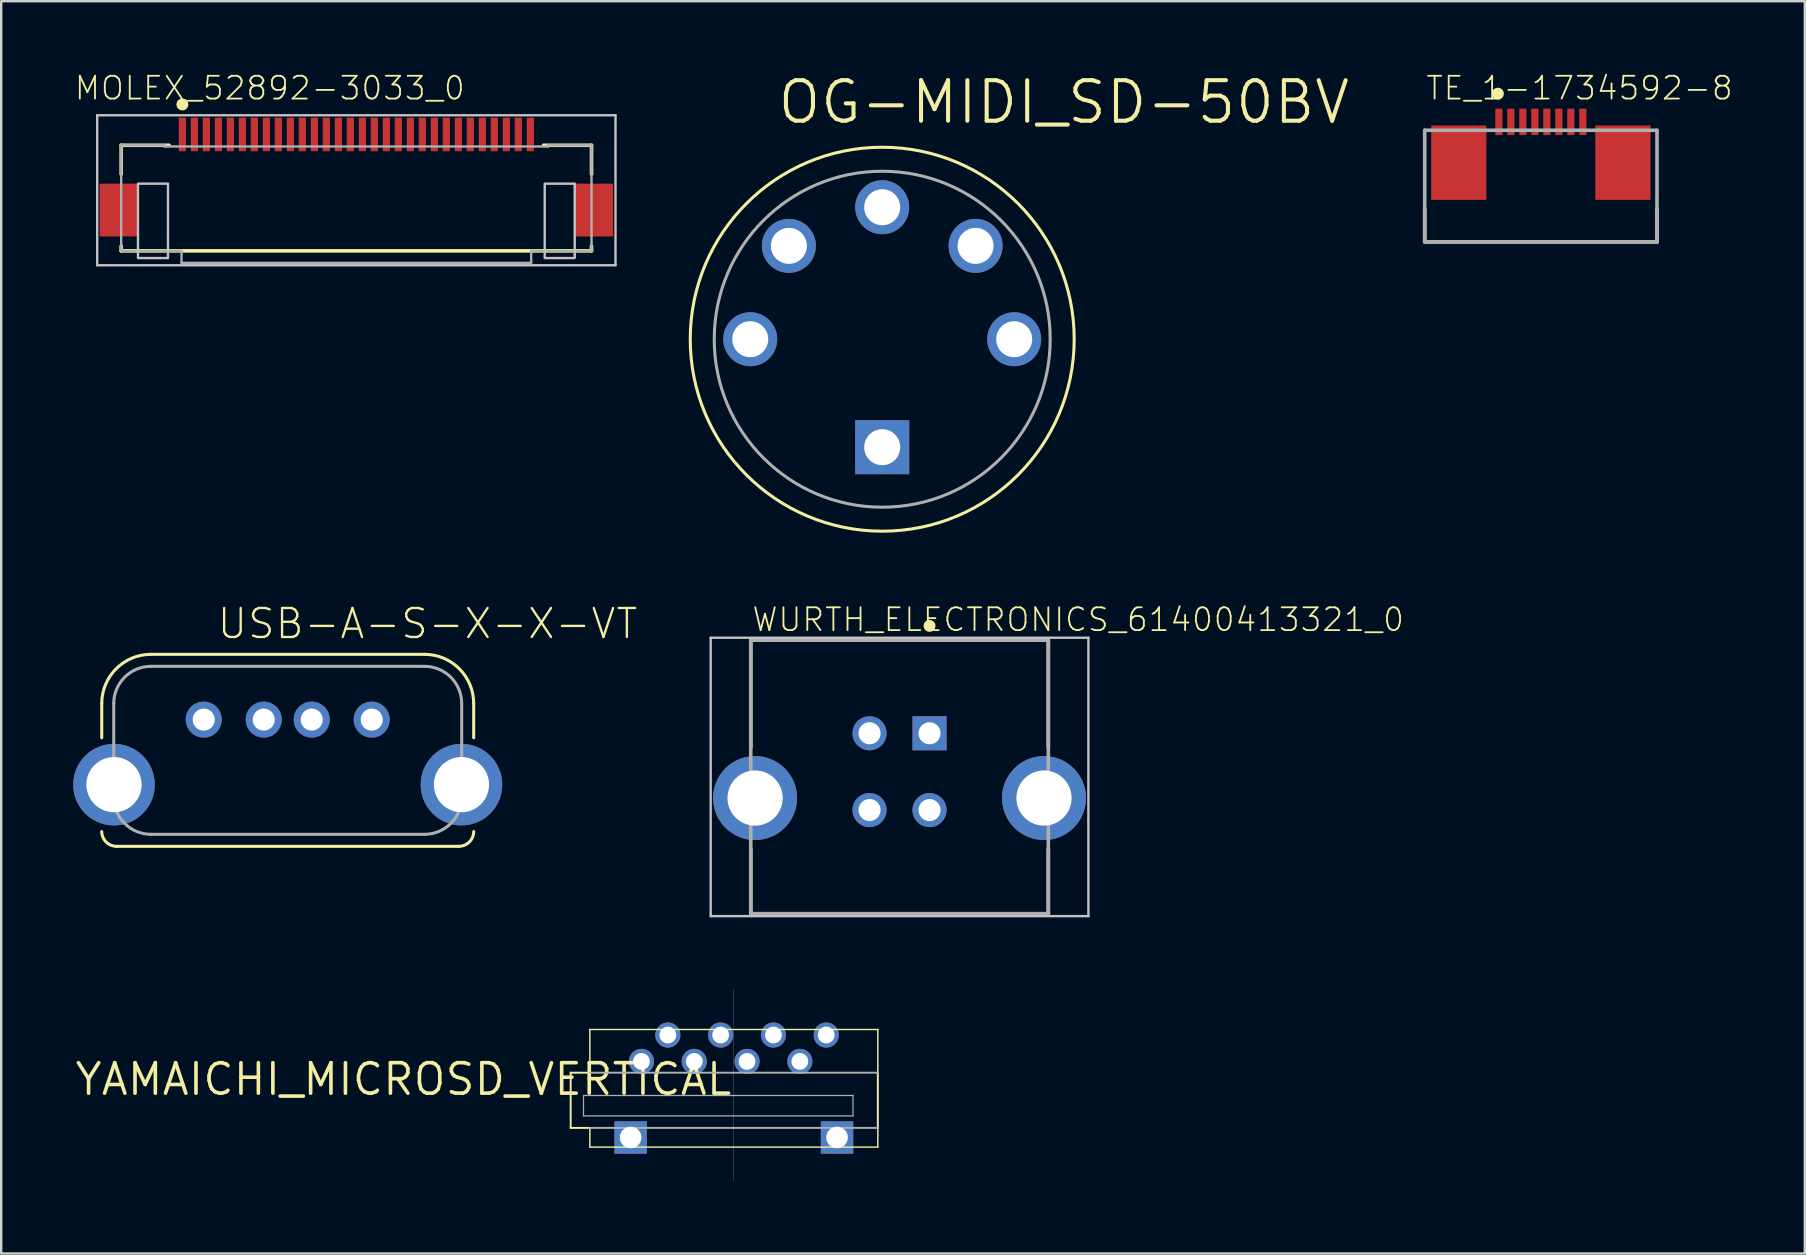
<source format=kicad_pcb>
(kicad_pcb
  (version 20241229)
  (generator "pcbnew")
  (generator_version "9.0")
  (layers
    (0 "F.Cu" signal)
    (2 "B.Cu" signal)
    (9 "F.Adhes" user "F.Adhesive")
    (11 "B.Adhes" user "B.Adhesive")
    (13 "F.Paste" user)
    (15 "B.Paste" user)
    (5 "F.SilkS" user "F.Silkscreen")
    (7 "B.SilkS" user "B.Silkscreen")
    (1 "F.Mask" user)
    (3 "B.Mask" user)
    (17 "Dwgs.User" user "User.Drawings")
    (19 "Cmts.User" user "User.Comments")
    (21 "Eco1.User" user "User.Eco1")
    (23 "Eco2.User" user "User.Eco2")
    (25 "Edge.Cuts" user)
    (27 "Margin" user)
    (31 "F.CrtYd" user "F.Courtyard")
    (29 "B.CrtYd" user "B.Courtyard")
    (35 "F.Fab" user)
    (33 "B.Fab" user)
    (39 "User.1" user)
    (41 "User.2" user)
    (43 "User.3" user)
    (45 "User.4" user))
  (footprint "OG-MIDI_SD-50BV"
    (layer "F.Cu")
    (at 33.714 11.086)
    (property "Reference" "OG-MIDI_SD-50BV" (at -4.445 -8.89 180) (layer "F.SilkS") (effects (font (size 1.689 1.689) (thickness 0.169)) (justify left bottom)))
    (attr through_hole)
    (fp_circle (center 0 0) (end 8 0) (stroke (width 0.127) (type solid)) (fill no) (layer "F.SilkS"))
    (fp_circle (center 0 0) (end 7 0) (stroke (width 0.127) (type solid)) (fill no) (layer "F.Fab"))
    (pad "1" thru_hole circle (at -5.5 0) (size 2.25 2.25) (drill 1.5) (layers "*.Cu" "*.Mask"))
    (pad "2" thru_hole circle (at 0 -5.5 90) (size 2.25 2.25) (drill 1.5) (layers "*.Cu" "*.Mask"))
    (pad "3" thru_hole circle (at 5.5 0) (size 2.25 2.25) (drill 1.5) (layers "*.Cu" "*.Mask"))
    (pad "4" thru_hole circle (at -3.89 -3.89) (size 2.25 2.25) (drill 1.5) (layers "*.Cu" "*.Mask"))
    (pad "5" thru_hole circle (at 3.89 -3.89) (size 2.25 2.25) (drill 1.5) (layers "*.Cu" "*.Mask"))
    (pad "P$3" thru_hole rect (at 0 4.5) (size 2.25 2.25) (drill 1.5) (layers "*.Cu" "*.Mask")))
  (footprint "TE_1-1734592-8"
    (layer "F.Cu")
    (at 61.661 4.578)
    (property "Reference" "TE_1-1734592-8" (at -5.34 -3.4 180) (layer "F.SilkS") (effects (font (size 0.95 0.95) (thickness 0.076)) (justify left bottom)))
    (attr through_hole)
    (fp_line (start -5.34 2.45) (end -5.34 1.075) (stroke (width 0.15) (type solid)) (layer "F.SilkS"))
    (fp_line (start -5.34 2.45) (end 4.34 2.45) (stroke (width 0.15) (type solid)) (layer "F.SilkS"))
    (fp_line (start 4.34 2.45) (end 4.34 1.075) (stroke (width 0.15) (type solid)) (layer "F.SilkS"))
    (fp_circle (center -2.29 -3.725) (end -2.165 -3.725) (stroke (width 0.25) (type solid)) (fill no) (layer "F.SilkS"))
    (fp_line (start -5.34 -2.2) (end 4.34 -2.2) (stroke (width 0.15) (type solid)) (layer "F.Fab"))
    (fp_line (start -5.34 2.45) (end -5.34 -2.2) (stroke (width 0.15) (type solid)) (layer "F.Fab"))
    (fp_line (start 4.34 -2.2) (end 4.34 2.45) (stroke (width 0.15) (type solid)) (layer "F.Fab"))
    (fp_line (start 4.34 2.45) (end -5.34 2.45) (stroke (width 0.15) (type solid)) (layer "F.Fab"))
    (pad "1" smd rect (at -2.25 -2.55) (size 0.3 1.1) (layers "F.Cu" "F.Mask" "F.Paste"))
    (pad "2" smd rect (at -1.75 -2.55) (size 0.3 1.1) (layers "F.Cu" "F.Mask" "F.Paste"))
    (pad "3" smd rect (at -1.25 -2.55) (size 0.3 1.1) (layers "F.Cu" "F.Mask" "F.Paste"))
    (pad "4" smd rect (at -0.75 -2.55) (size 0.3 1.1) (layers "F.Cu" "F.Mask" "F.Paste"))
    (pad "5" smd rect (at -0.25 -2.55) (size 0.3 1.1) (layers "F.Cu" "F.Mask" "F.Paste"))
    (pad "6" smd rect (at 0.25 -2.55) (size 0.3 1.1) (layers "F.Cu" "F.Mask" "F.Paste"))
    (pad "7" smd rect (at 0.75 -2.55) (size 0.3 1.1) (layers "F.Cu" "F.Mask" "F.Paste"))
    (pad "8" smd rect (at 1.25 -2.55) (size 0.3 1.1) (layers "F.Cu" "F.Mask" "F.Paste"))
    (pad "9" smd rect (at -3.92 -0.85) (size 2.3 3.1) (layers "F.Cu" "F.Mask" "F.Paste"))
    (pad "10" smd rect (at 2.92 -0.85) (size 2.3 3.1) (layers "F.Cu" "F.Mask" "F.Paste")))
  (footprint "USB-A-S-X-X-VT"
    (layer "F.Cu")
    (at 8.94 29.648)
    (property "Reference" "USB-A-S-X-X-VT" (at -3.001 -6.002 0) (layer "F.SilkS") (effects (font (size 1.207 1.207) (thickness 0.097)) (justify left bottom)))
    (attr through_hole)
    (fp_line (start -7.75 -1.954) (end -7.75 -3.38) (stroke (width 0.127) (type solid)) (layer "F.SilkS"))
    (fp_line (start -5.7 -5.43) (end 5.7 -5.43) (stroke (width 0.127) (type solid)) (layer "F.SilkS"))
    (fp_line (start 7.134 2.57) (end -7.134 2.57) (stroke (width 0.127) (type solid)) (layer "F.SilkS"))
    (fp_line (start 7.75 -3.38) (end 7.75 -1.954) (stroke (width 0.127) (type solid)) (layer "F.SilkS"))
    (fp_arc (start -7.75 -3.38) (mid -7.149569 -4.829569) (end -5.7 -5.43) (stroke (width 0.127) (type solid)) (layer "F.SilkS"))
    (fp_arc (start -7.134 2.57) (mid -7.569578 2.389578) (end -7.75 1.954) (stroke (width 0.127) (type solid)) (layer "F.SilkS"))
    (fp_arc (start 5.7 -5.43) (mid 7.149569 -4.829569) (end 7.75 -3.38) (stroke (width 0.127) (type solid)) (layer "F.SilkS"))
    (fp_arc (start 7.75 1.954) (mid 7.569578 2.389578) (end 7.134 2.57) (stroke (width 0.127) (type solid)) (layer "F.SilkS"))
    (fp_line (start -7.25 0.52) (end -7.25 -3.38) (stroke (width 0.127) (type solid)) (layer "F.Fab"))
    (fp_line (start -5.7 -4.93) (end 5.7 -4.93) (stroke (width 0.127) (type solid)) (layer "F.Fab"))
    (fp_line (start 5.7 2.07) (end -5.7 2.07) (stroke (width 0.127) (type solid)) (layer "F.Fab"))
    (fp_line (start 7.25 -3.38) (end 7.25 0.52) (stroke (width 0.127) (type solid)) (layer "F.Fab"))
    (fp_arc (start -7.25 -3.38) (mid -6.796016 -4.476016) (end -5.7 -4.93) (stroke (width 0.127) (type solid)) (layer "F.Fab"))
    (fp_arc (start -5.7 2.07) (mid -6.796016 1.616015) (end -7.250001 0.519999) (stroke (width 0.127) (type solid)) (layer "F.Fab"))
    (fp_arc (start 5.7 -4.93) (mid 6.796016 -4.476016) (end 7.25 -3.38) (stroke (width 0.127) (type solid)) (layer "F.Fab"))
    (fp_arc (start 7.25 0.52) (mid 6.796015 1.616015) (end 5.699999 2.069999) (stroke (width 0.127) (type solid)) (layer "F.Fab"))
    (pad "1" thru_hole circle (at -3.5 -2.71) (size 1.5 1.5) (drill 0.92) (layers "*.Cu" "*.Mask"))
    (pad "2" thru_hole circle (at -1 -2.71) (size 1.5 1.5) (drill 0.92) (layers "*.Cu" "*.Mask"))
    (pad "3" thru_hole circle (at 1 -2.71) (size 1.5 1.5) (drill 0.92) (layers "*.Cu" "*.Mask"))
    (pad "4" thru_hole circle (at 3.5 -2.71) (size 1.5 1.5) (drill 0.92) (layers "*.Cu" "*.Mask"))
    (pad "G1" thru_hole circle (at -7.24 0) (size 3.4 3.4) (drill 2.3) (layers "*.Cu" "*.Mask"))
    (pad "G2" thru_hole circle (at 7.24 0) (size 3.4 3.4) (drill 2.3) (layers "*.Cu" "*.Mask")))
  (footprint "MOLEX_52892-3033_0"
    (layer "F.Cu")
    (at 11.8 4.128)
    (property "Reference" "MOLEX_52892-3033_0" (at -11.8 -2.95 180) (layer "F.SilkS") (effects (font (size 0.95 0.95) (thickness 0.076)) (justify left bottom)))
    (attr through_hole)
    (fp_line (start -9.8 -1.125) (end -7.8 -1.125) (stroke (width 0.15) (type solid)) (layer "F.SilkS"))
    (fp_line (start -9.8 0.075) (end -9.8 -1.125) (stroke (width 0.15) (type solid)) (layer "F.SilkS"))
    (fp_line (start -9.8 3.275) (end -9.8 3.075) (stroke (width 0.15) (type solid)) (layer "F.SilkS"))
    (fp_line (start -9.8 3.275) (end 9.8 3.275) (stroke (width 0.15) (type solid)) (layer "F.SilkS"))
    (fp_line (start 7.8 -1.125) (end 9.8 -1.125) (stroke (width 0.15) (type solid)) (layer "F.SilkS"))
    (fp_line (start 9.8 0.075) (end 9.8 -1.125) (stroke (width 0.15) (type solid)) (layer "F.SilkS"))
    (fp_line (start 9.8 3.275) (end 9.8 3.075) (stroke (width 0.15) (type solid)) (layer "F.SilkS"))
    (fp_circle (center -7.25 -2.825) (end -7.125 -2.825) (stroke (width 0.25) (type solid)) (fill no) (layer "F.SilkS"))
    (fp_line (start -10.8 -2.375) (end 10.8 -2.375) (stroke (width 0.1) (type solid)) (layer "Dwgs.User"))
    (fp_line (start -10.8 3.875) (end -10.8 -2.375) (stroke (width 0.1) (type solid)) (layer "Dwgs.User"))
    (fp_line (start 10.8 -2.375) (end 10.8 3.875) (stroke (width 0.1) (type solid)) (layer "Dwgs.User"))
    (fp_line (start 10.8 3.875) (end -10.8 3.875) (stroke (width 0.1) (type solid)) (layer "Dwgs.User"))
    (fp_poly (pts (xy -9.1 3.575) (xy -7.85 3.575) (xy -7.85 0.475) (xy -9.1 0.475)) (stroke (width 0.1) (type solid)) (fill no) (layer "Dwgs.User"))
    (fp_poly (pts (xy 7.85 3.575) (xy 9.1 3.575) (xy 9.1 0.475) (xy 7.85 0.475)) (stroke (width 0.1) (type solid)) (fill no) (layer "Dwgs.User"))
    (fp_line (start -9.8 -1.125) (end -8 -1.125) (stroke (width 0.1) (type solid)) (layer "F.Fab"))
    (fp_line (start -9.8 3.275) (end -9.8 -1.125) (stroke (width 0.1) (type solid)) (layer "F.Fab"))
    (fp_line (start -9.8 3.275) (end -7.285 3.275) (stroke (width 0.1) (type solid)) (layer "F.Fab"))
    (fp_line (start -8 -1.075) (end -8 -1.125) (stroke (width 0.1) (type solid)) (layer "F.Fab"))
    (fp_line (start -8 -1.075) (end 8 -1.075) (stroke (width 0.1) (type solid)) (layer "F.Fab"))
    (fp_line (start -7.285 3.775) (end -7.285 3.275) (stroke (width 0.1) (type solid)) (layer "F.Fab"))
    (fp_line (start -7.285 3.775) (end 7.285 3.775) (stroke (width 0.1) (type solid)) (layer "F.Fab"))
    (fp_line (start 7.285 3.275) (end 9.8 3.275) (stroke (width 0.1) (type solid)) (layer "F.Fab"))
    (fp_line (start 7.285 3.775) (end 7.285 3.275) (stroke (width 0.1) (type solid)) (layer "F.Fab"))
    (fp_line (start 8 -1.125) (end 9.8 -1.125) (stroke (width 0.1) (type solid)) (layer "F.Fab"))
    (fp_line (start 8 -1.075) (end 8 -1.125) (stroke (width 0.1) (type solid)) (layer "F.Fab"))
    (fp_line (start 9.8 3.275) (end 9.8 -1.125) (stroke (width 0.1) (type solid)) (layer "F.Fab"))
    (pad "1" smd rect (at -7.25 -1.575) (size 0.3 1.4) (layers "F.Cu" "F.Mask" "F.Paste"))
    (pad "2" smd rect (at -6.75 -1.575) (size 0.3 1.4) (layers "F.Cu" "F.Mask" "F.Paste"))
    (pad "3" smd rect (at -6.25 -1.575) (size 0.3 1.4) (layers "F.Cu" "F.Mask" "F.Paste"))
    (pad "4" smd rect (at -5.75 -1.575) (size 0.3 1.4) (layers "F.Cu" "F.Mask" "F.Paste"))
    (pad "5" smd rect (at -5.25 -1.575) (size 0.3 1.4) (layers "F.Cu" "F.Mask" "F.Paste"))
    (pad "6" smd rect (at -4.75 -1.575) (size 0.3 1.4) (layers "F.Cu" "F.Mask" "F.Paste"))
    (pad "7" smd rect (at -4.25 -1.575) (size 0.3 1.4) (layers "F.Cu" "F.Mask" "F.Paste"))
    (pad "8" smd rect (at -3.75 -1.575) (size 0.3 1.4) (layers "F.Cu" "F.Mask" "F.Paste"))
    (pad "9" smd rect (at -3.25 -1.575) (size 0.3 1.4) (layers "F.Cu" "F.Mask" "F.Paste"))
    (pad "10" smd rect (at -2.75 -1.575) (size 0.3 1.4) (layers "F.Cu" "F.Mask" "F.Paste"))
    (pad "11" smd rect (at -2.25 -1.575) (size 0.3 1.4) (layers "F.Cu" "F.Mask" "F.Paste"))
    (pad "12" smd rect (at -1.75 -1.575) (size 0.3 1.4) (layers "F.Cu" "F.Mask" "F.Paste"))
    (pad "13" smd rect (at -1.25 -1.575) (size 0.3 1.4) (layers "F.Cu" "F.Mask" "F.Paste"))
    (pad "14" smd rect (at -0.75 -1.575) (size 0.3 1.4) (layers "F.Cu" "F.Mask" "F.Paste"))
    (pad "15" smd rect (at -0.25 -1.575) (size 0.3 1.4) (layers "F.Cu" "F.Mask" "F.Paste"))
    (pad "16" smd rect (at 0.25 -1.575) (size 0.3 1.4) (layers "F.Cu" "F.Mask" "F.Paste"))
    (pad "17" smd rect (at 0.75 -1.575) (size 0.3 1.4) (layers "F.Cu" "F.Mask" "F.Paste"))
    (pad "18" smd rect (at 1.25 -1.575) (size 0.3 1.4) (layers "F.Cu" "F.Mask" "F.Paste"))
    (pad "19" smd rect (at 1.75 -1.575) (size 0.3 1.4) (layers "F.Cu" "F.Mask" "F.Paste"))
    (pad "20" smd rect (at 2.25 -1.575) (size 0.3 1.4) (layers "F.Cu" "F.Mask" "F.Paste"))
    (pad "21" smd rect (at 2.75 -1.575) (size 0.3 1.4) (layers "F.Cu" "F.Mask" "F.Paste"))
    (pad "22" smd rect (at 3.25 -1.575) (size 0.3 1.4) (layers "F.Cu" "F.Mask" "F.Paste"))
    (pad "23" smd rect (at 3.75 -1.575) (size 0.3 1.4) (layers "F.Cu" "F.Mask" "F.Paste"))
    (pad "24" smd rect (at 4.25 -1.575) (size 0.3 1.4) (layers "F.Cu" "F.Mask" "F.Paste"))
    (pad "25" smd rect (at 4.75 -1.575) (size 0.3 1.4) (layers "F.Cu" "F.Mask" "F.Paste"))
    (pad "26" smd rect (at 5.25 -1.575) (size 0.3 1.4) (layers "F.Cu" "F.Mask" "F.Paste"))
    (pad "27" smd rect (at 5.75 -1.575) (size 0.3 1.4) (layers "F.Cu" "F.Mask" "F.Paste"))
    (pad "28" smd rect (at 6.25 -1.575) (size 0.3 1.4) (layers "F.Cu" "F.Mask" "F.Paste"))
    (pad "29" smd rect (at 6.75 -1.575) (size 0.3 1.4) (layers "F.Cu" "F.Mask" "F.Paste"))
    (pad "30" smd rect (at 7.25 -1.575) (size 0.3 1.4) (layers "F.Cu" "F.Mask" "F.Paste"))
    (pad "MP1" smd rect (at -9.9 1.575) (size 1.6 2.2) (layers "F.Cu" "F.Mask" "F.Paste"))
    (pad "MP2" smd rect (at 9.9 1.575) (size 1.6 2.2) (layers "F.Cu" "F.Mask" "F.Paste")))
  (footprint "YAMAICHI_MICROSD_VERTICAL"
    (layer "F.Cu")
    (at 27.531 41.182)
    (property "Reference" "YAMAICHI_MICROSD_VERTICAL" (at 0 0 0) (layer "F.SilkS") (effects (font (size 1.27 1.27) (thickness 0.15)) (justify right top)))
    (attr through_hole)
    (fp_line (start -6.8 0.47) (end -6 0.47) (stroke (width 0.08) (type solid)) (layer "F.SilkS"))
    (fp_line (start -6.8 2.77) (end -6.8 0.47) (stroke (width 0.08) (type solid)) (layer "F.SilkS"))
    (fp_line (start -6 -1.33) (end 6 -1.33) (stroke (width 0.06) (type solid)) (layer "F.SilkS"))
    (fp_line (start -6 0.47) (end -6 -1.33) (stroke (width 0.06) (type solid)) (layer "F.SilkS"))
    (fp_line (start -6 2.77) (end -6.8 2.77) (stroke (width 0.08) (type solid)) (layer "F.SilkS"))
    (fp_line (start -6 2.77) (end -6 3.57) (stroke (width 0.06) (type solid)) (layer "F.SilkS"))
    (fp_line (start -6 3.57) (end 6 3.57) (stroke (width 0.06) (type solid)) (layer "F.SilkS"))
    (fp_line (start 6 -1.33) (end 6 0.47) (stroke (width 0.06) (type solid)) (layer "F.SilkS"))
    (fp_line (start 6 0.47) (end 6 2.77) (stroke (width 0.08) (type solid)) (layer "F.SilkS"))
    (fp_line (start 6 3.57) (end 6 2.77) (stroke (width 0.06) (type solid)) (layer "F.SilkS"))
    (fp_line (start -6.265 1.42) (end 4.965 1.42) (stroke (width 0.05) (type solid)) (layer "F.Fab"))
    (fp_line (start -6.265 2.27) (end -6.265 1.42) (stroke (width 0.05) (type solid)) (layer "F.Fab"))
    (fp_line (start -6 0.47) (end 6 0.47) (stroke (width 0.08) (type solid)) (layer "F.Fab"))
    (fp_line (start 0 5) (end 0 -3) (stroke (width 0.01) (type solid)) (layer "F.Fab"))
    (fp_line (start 4.965 1.42) (end 4.965 2.27) (stroke (width 0.05) (type solid)) (layer "F.Fab"))
    (fp_line (start 4.965 2.27) (end -6.265 2.27) (stroke (width 0.05) (type solid)) (layer "F.Fab"))
    (fp_line (start 6 2.77) (end -6 2.77) (stroke (width 0.08) (type solid)) (layer "F.Fab"))
    (pad "GND1" thru_hole rect (at -4.3 3.17) (size 1.35 1.35) (drill 0.9) (layers "*.Cu" "*.Mask"))
    (pad "GND2" thru_hole rect (at 4.3 3.17) (size 1.35 1.35) (drill 0.9) (layers "*.Cu" "*.Mask"))
    (pad "P$1" thru_hole circle (at -3.85 0) (size 1.05 1.05) (drill 0.7) (layers "*.Cu" "*.Mask"))
    (pad "P$2" thru_hole circle (at -2.75 -1.1) (size 1.05 1.05) (drill 0.7) (layers "*.Cu" "*.Mask"))
    (pad "P$3" thru_hole circle (at -1.65 0) (size 1.05 1.05) (drill 0.7) (layers "*.Cu" "*.Mask"))
    (pad "P$4" thru_hole circle (at -0.55 -1.1) (size 1.05 1.05) (drill 0.7) (layers "*.Cu" "*.Mask"))
    (pad "P$5" thru_hole circle (at 0.55 0) (size 1.05 1.05) (drill 0.7) (layers "*.Cu" "*.Mask"))
    (pad "P$6" thru_hole circle (at 1.65 -1.1) (size 1.05 1.05) (drill 0.7) (layers "*.Cu" "*.Mask"))
    (pad "P$7" thru_hole circle (at 2.75 0) (size 1.05 1.05) (drill 0.7) (layers "*.Cu" "*.Mask"))
    (pad "P$8" thru_hole circle (at 3.85 -1.1) (size 1.05 1.05) (drill 0.7) (layers "*.Cu" "*.Mask")))
  (footprint "WURTH_ELECTRONICS_61400413321_0"
    (layer "F.Cu")
    (at 34.436 29.327)
    (property "Reference" "WURTH_ELECTRONICS_61400413321_0" (at -6.2 -6 180) (layer "F.SilkS") (effects (font (size 0.95 0.95) (thickness 0.076)) (justify left bottom)))
    (attr through_hole)
    (fp_line (start -6.2 -5.7) (end 6.2 -5.7) (stroke (width 0.15) (type solid)) (layer "F.SilkS"))
    (fp_line (start -6.2 -1.245) (end -6.2 -5.7) (stroke (width 0.15) (type solid)) (layer "F.SilkS"))
    (fp_line (start -6.2 5.7) (end -6.2 3.005) (stroke (width 0.15) (type solid)) (layer "F.SilkS"))
    (fp_line (start -6.2 5.7) (end 6.2 5.7) (stroke (width 0.15) (type solid)) (layer "F.SilkS"))
    (fp_line (start 6.2 -1.245) (end 6.2 -5.7) (stroke (width 0.15) (type solid)) (layer "F.SilkS"))
    (fp_line (start 6.2 5.7) (end 6.2 3.005) (stroke (width 0.15) (type solid)) (layer "F.SilkS"))
    (fp_circle (center 1.25 -6.295) (end 1.375 -6.295) (stroke (width 0.25) (type solid)) (fill no) (layer "F.SilkS"))
    (fp_line (start -7.87 -5.8) (end 7.87 -5.8) (stroke (width 0.1) (type solid)) (layer "Dwgs.User"))
    (fp_line (start -7.87 5.8) (end -7.87 -5.8) (stroke (width 0.1) (type solid)) (layer "Dwgs.User"))
    (fp_line (start 7.87 -5.8) (end 7.87 5.8) (stroke (width 0.1) (type solid)) (layer "Dwgs.User"))
    (fp_line (start 7.87 5.8) (end -7.87 5.8) (stroke (width 0.1) (type solid)) (layer "Dwgs.User"))
    (fp_line (start -6.2 -5.7) (end 6.2 -5.7) (stroke (width 0.15) (type solid)) (layer "F.Fab"))
    (fp_line (start -6.2 5.7) (end -6.2 -5.7) (stroke (width 0.15) (type solid)) (layer "F.Fab"))
    (fp_line (start 6.2 -5.7) (end 6.2 5.7) (stroke (width 0.15) (type solid)) (layer "F.Fab"))
    (fp_line (start 6.2 5.7) (end -6.2 5.7) (stroke (width 0.15) (type solid)) (layer "F.Fab"))
    (pad "1" thru_hole rect (at 1.25 -1.82) (size 1.42 1.42) (drill 0.92) (layers "*.Cu" "*.Mask"))
    (pad "2" thru_hole circle (at -1.25 -1.82) (size 1.42 1.42) (drill 0.92) (layers "*.Cu" "*.Mask"))
    (pad "3" thru_hole circle (at -1.25 1.38) (size 1.42 1.42) (drill 0.92) (layers "*.Cu" "*.Mask"))
    (pad "4" thru_hole circle (at 1.25 1.38) (size 1.42 1.42) (drill 0.92) (layers "*.Cu" "*.Mask"))
    (pad "5" thru_hole circle (at -6.02 0.88) (size 3.5 3.5) (drill 2.3) (layers "*.Cu" "*.Mask"))
    (pad "6" thru_hole circle (at 6.02 0.88) (size 3.5 3.5) (drill 2.3) (layers "*.Cu" "*.Mask")))
  (gr_rect
    (start -3 -3)
    (end 72.161 49.187)
    (stroke (width 0.1) (type default))
    (fill no)
    (layer "Edge.Cuts")))
</source>
